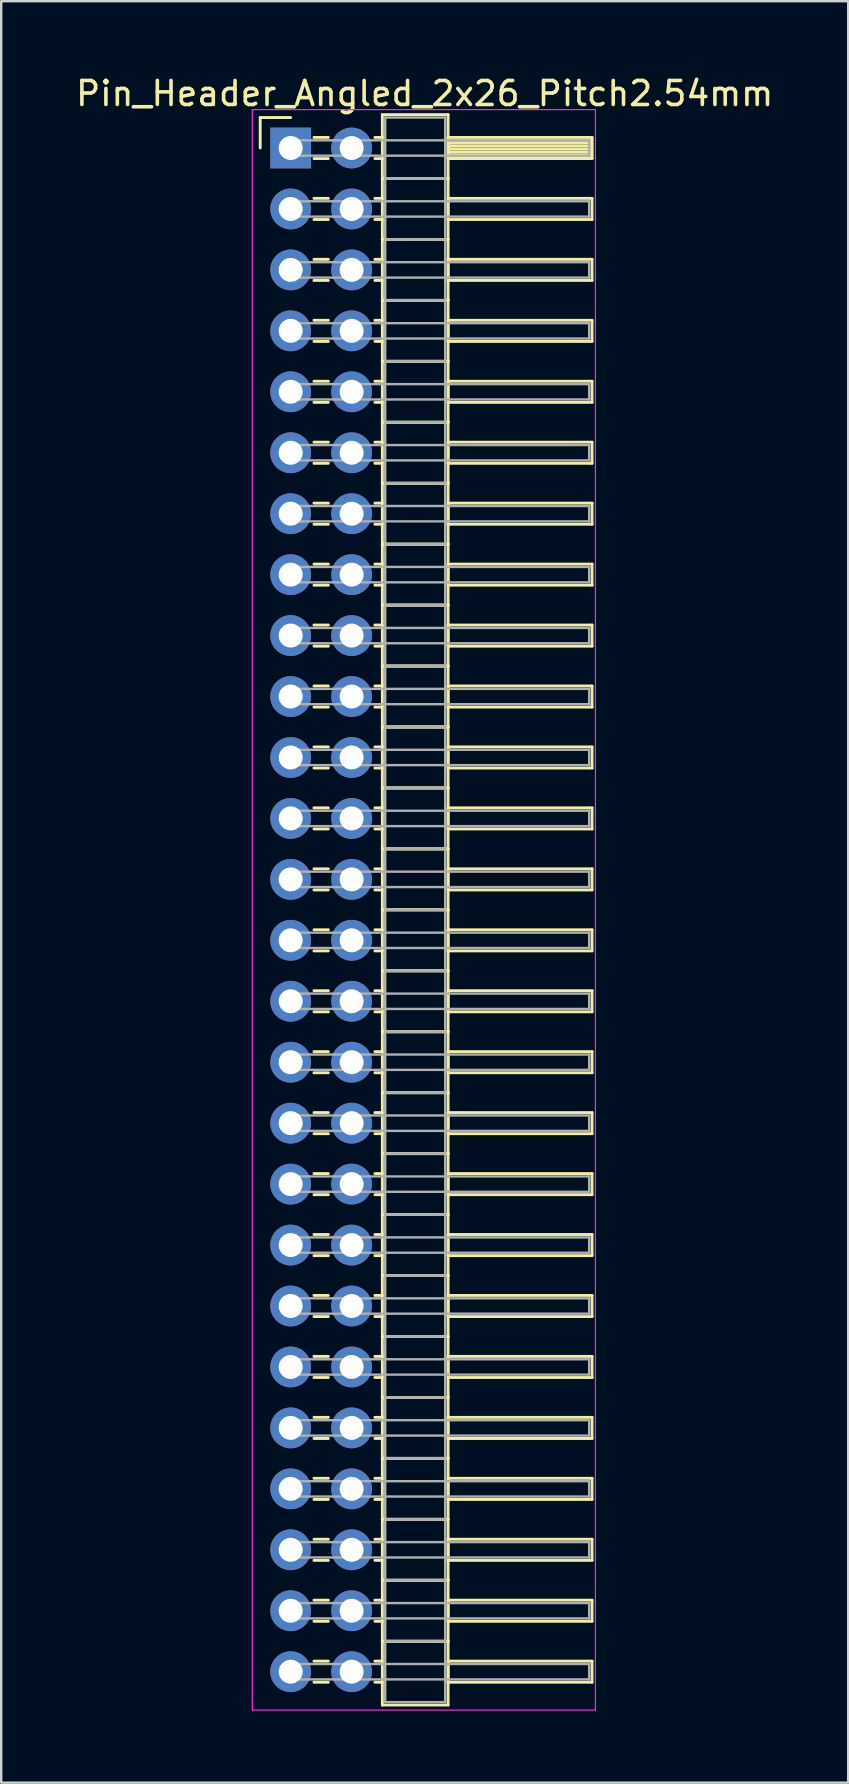
<source format=kicad_pcb>
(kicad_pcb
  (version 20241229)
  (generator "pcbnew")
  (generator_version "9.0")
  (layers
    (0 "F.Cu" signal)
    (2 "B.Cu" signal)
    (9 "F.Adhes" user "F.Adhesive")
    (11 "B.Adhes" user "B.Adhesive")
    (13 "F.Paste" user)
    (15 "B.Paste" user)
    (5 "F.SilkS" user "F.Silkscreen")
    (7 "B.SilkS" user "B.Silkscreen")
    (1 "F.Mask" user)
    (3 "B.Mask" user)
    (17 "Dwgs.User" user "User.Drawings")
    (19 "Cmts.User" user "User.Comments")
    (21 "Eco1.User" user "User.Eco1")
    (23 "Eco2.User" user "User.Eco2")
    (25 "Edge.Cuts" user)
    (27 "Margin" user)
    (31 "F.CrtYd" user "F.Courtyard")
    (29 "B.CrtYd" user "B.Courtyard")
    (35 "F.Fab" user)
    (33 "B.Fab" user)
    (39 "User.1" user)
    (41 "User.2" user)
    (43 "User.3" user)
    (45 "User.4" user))
  (footprint "Pin_Header_Angled_2x26_Pitch2.54mm"
    (layer "F.Cu")
    (at 9.064 3.118)
    (property "Reference" "Pin_Header_Angled_2x26_Pitch2.54mm" (at 5.585 -2.27 0) (layer "F.SilkS") (effects (font (size 1 1) (thickness 0.15))))
    (attr through_hole)
    (fp_line (start -1.27 -1.27) (end 0 -1.27) (stroke (width 0.12) (type solid)) (layer "F.SilkS"))
    (fp_line (start -1.27 0) (end -1.27 -1.27) (stroke (width 0.12) (type solid)) (layer "F.SilkS"))
    (fp_line (start 0.97 -0.44) (end 1.57 -0.44) (stroke (width 0.12) (type solid)) (layer "F.SilkS"))
    (fp_line (start 0.97 0.44) (end 1.57 0.44) (stroke (width 0.12) (type solid)) (layer "F.SilkS"))
    (fp_line (start 0.97 2.1) (end 1.57 2.1) (stroke (width 0.12) (type solid)) (layer "F.SilkS"))
    (fp_line (start 0.97 2.98) (end 1.57 2.98) (stroke (width 0.12) (type solid)) (layer "F.SilkS"))
    (fp_line (start 0.97 4.64) (end 1.57 4.64) (stroke (width 0.12) (type solid)) (layer "F.SilkS"))
    (fp_line (start 0.97 5.52) (end 1.57 5.52) (stroke (width 0.12) (type solid)) (layer "F.SilkS"))
    (fp_line (start 0.97 7.18) (end 1.57 7.18) (stroke (width 0.12) (type solid)) (layer "F.SilkS"))
    (fp_line (start 0.97 8.06) (end 1.57 8.06) (stroke (width 0.12) (type solid)) (layer "F.SilkS"))
    (fp_line (start 0.97 9.72) (end 1.57 9.72) (stroke (width 0.12) (type solid)) (layer "F.SilkS"))
    (fp_line (start 0.97 10.6) (end 1.57 10.6) (stroke (width 0.12) (type solid)) (layer "F.SilkS"))
    (fp_line (start 0.97 12.26) (end 1.57 12.26) (stroke (width 0.12) (type solid)) (layer "F.SilkS"))
    (fp_line (start 0.97 13.14) (end 1.57 13.14) (stroke (width 0.12) (type solid)) (layer "F.SilkS"))
    (fp_line (start 0.97 14.8) (end 1.57 14.8) (stroke (width 0.12) (type solid)) (layer "F.SilkS"))
    (fp_line (start 0.97 15.68) (end 1.57 15.68) (stroke (width 0.12) (type solid)) (layer "F.SilkS"))
    (fp_line (start 0.97 17.34) (end 1.57 17.34) (stroke (width 0.12) (type solid)) (layer "F.SilkS"))
    (fp_line (start 0.97 18.22) (end 1.57 18.22) (stroke (width 0.12) (type solid)) (layer "F.SilkS"))
    (fp_line (start 0.97 19.88) (end 1.57 19.88) (stroke (width 0.12) (type solid)) (layer "F.SilkS"))
    (fp_line (start 0.97 20.76) (end 1.57 20.76) (stroke (width 0.12) (type solid)) (layer "F.SilkS"))
    (fp_line (start 0.97 22.42) (end 1.57 22.42) (stroke (width 0.12) (type solid)) (layer "F.SilkS"))
    (fp_line (start 0.97 23.3) (end 1.57 23.3) (stroke (width 0.12) (type solid)) (layer "F.SilkS"))
    (fp_line (start 0.97 24.96) (end 1.57 24.96) (stroke (width 0.12) (type solid)) (layer "F.SilkS"))
    (fp_line (start 0.97 25.84) (end 1.57 25.84) (stroke (width 0.12) (type solid)) (layer "F.SilkS"))
    (fp_line (start 0.97 27.5) (end 1.57 27.5) (stroke (width 0.12) (type solid)) (layer "F.SilkS"))
    (fp_line (start 0.97 28.38) (end 1.57 28.38) (stroke (width 0.12) (type solid)) (layer "F.SilkS"))
    (fp_line (start 0.97 30.04) (end 1.57 30.04) (stroke (width 0.12) (type solid)) (layer "F.SilkS"))
    (fp_line (start 0.97 30.92) (end 1.57 30.92) (stroke (width 0.12) (type solid)) (layer "F.SilkS"))
    (fp_line (start 0.97 32.58) (end 1.57 32.58) (stroke (width 0.12) (type solid)) (layer "F.SilkS"))
    (fp_line (start 0.97 33.46) (end 1.57 33.46) (stroke (width 0.12) (type solid)) (layer "F.SilkS"))
    (fp_line (start 0.97 35.12) (end 1.57 35.12) (stroke (width 0.12) (type solid)) (layer "F.SilkS"))
    (fp_line (start 0.97 36) (end 1.57 36) (stroke (width 0.12) (type solid)) (layer "F.SilkS"))
    (fp_line (start 0.97 37.66) (end 1.57 37.66) (stroke (width 0.12) (type solid)) (layer "F.SilkS"))
    (fp_line (start 0.97 38.54) (end 1.57 38.54) (stroke (width 0.12) (type solid)) (layer "F.SilkS"))
    (fp_line (start 0.97 40.2) (end 1.57 40.2) (stroke (width 0.12) (type solid)) (layer "F.SilkS"))
    (fp_line (start 0.97 41.08) (end 1.57 41.08) (stroke (width 0.12) (type solid)) (layer "F.SilkS"))
    (fp_line (start 0.97 42.74) (end 1.57 42.74) (stroke (width 0.12) (type solid)) (layer "F.SilkS"))
    (fp_line (start 0.97 43.62) (end 1.57 43.62) (stroke (width 0.12) (type solid)) (layer "F.SilkS"))
    (fp_line (start 0.97 45.28) (end 1.57 45.28) (stroke (width 0.12) (type solid)) (layer "F.SilkS"))
    (fp_line (start 0.97 46.16) (end 1.57 46.16) (stroke (width 0.12) (type solid)) (layer "F.SilkS"))
    (fp_line (start 0.97 47.82) (end 1.57 47.82) (stroke (width 0.12) (type solid)) (layer "F.SilkS"))
    (fp_line (start 0.97 48.7) (end 1.57 48.7) (stroke (width 0.12) (type solid)) (layer "F.SilkS"))
    (fp_line (start 0.97 50.36) (end 1.57 50.36) (stroke (width 0.12) (type solid)) (layer "F.SilkS"))
    (fp_line (start 0.97 51.24) (end 1.57 51.24) (stroke (width 0.12) (type solid)) (layer "F.SilkS"))
    (fp_line (start 0.97 52.9) (end 1.57 52.9) (stroke (width 0.12) (type solid)) (layer "F.SilkS"))
    (fp_line (start 0.97 53.78) (end 1.57 53.78) (stroke (width 0.12) (type solid)) (layer "F.SilkS"))
    (fp_line (start 0.97 55.44) (end 1.57 55.44) (stroke (width 0.12) (type solid)) (layer "F.SilkS"))
    (fp_line (start 0.97 56.32) (end 1.57 56.32) (stroke (width 0.12) (type solid)) (layer "F.SilkS"))
    (fp_line (start 0.97 57.98) (end 1.57 57.98) (stroke (width 0.12) (type solid)) (layer "F.SilkS"))
    (fp_line (start 0.97 58.86) (end 1.57 58.86) (stroke (width 0.12) (type solid)) (layer "F.SilkS"))
    (fp_line (start 0.97 60.52) (end 1.57 60.52) (stroke (width 0.12) (type solid)) (layer "F.SilkS"))
    (fp_line (start 0.97 61.4) (end 1.57 61.4) (stroke (width 0.12) (type solid)) (layer "F.SilkS"))
    (fp_line (start 0.97 63.06) (end 1.57 63.06) (stroke (width 0.12) (type solid)) (layer "F.SilkS"))
    (fp_line (start 0.97 63.94) (end 1.57 63.94) (stroke (width 0.12) (type solid)) (layer "F.SilkS"))
    (fp_line (start 3.51 -0.44) (end 3.82 -0.44) (stroke (width 0.12) (type solid)) (layer "F.SilkS"))
    (fp_line (start 3.51 0.44) (end 3.82 0.44) (stroke (width 0.12) (type solid)) (layer "F.SilkS"))
    (fp_line (start 3.51 2.1) (end 3.82 2.1) (stroke (width 0.12) (type solid)) (layer "F.SilkS"))
    (fp_line (start 3.51 2.98) (end 3.82 2.98) (stroke (width 0.12) (type solid)) (layer "F.SilkS"))
    (fp_line (start 3.51 4.64) (end 3.82 4.64) (stroke (width 0.12) (type solid)) (layer "F.SilkS"))
    (fp_line (start 3.51 5.52) (end 3.82 5.52) (stroke (width 0.12) (type solid)) (layer "F.SilkS"))
    (fp_line (start 3.51 7.18) (end 3.82 7.18) (stroke (width 0.12) (type solid)) (layer "F.SilkS"))
    (fp_line (start 3.51 8.06) (end 3.82 8.06) (stroke (width 0.12) (type solid)) (layer "F.SilkS"))
    (fp_line (start 3.51 9.72) (end 3.82 9.72) (stroke (width 0.12) (type solid)) (layer "F.SilkS"))
    (fp_line (start 3.51 10.6) (end 3.82 10.6) (stroke (width 0.12) (type solid)) (layer "F.SilkS"))
    (fp_line (start 3.51 12.26) (end 3.82 12.26) (stroke (width 0.12) (type solid)) (layer "F.SilkS"))
    (fp_line (start 3.51 13.14) (end 3.82 13.14) (stroke (width 0.12) (type solid)) (layer "F.SilkS"))
    (fp_line (start 3.51 14.8) (end 3.82 14.8) (stroke (width 0.12) (type solid)) (layer "F.SilkS"))
    (fp_line (start 3.51 15.68) (end 3.82 15.68) (stroke (width 0.12) (type solid)) (layer "F.SilkS"))
    (fp_line (start 3.51 17.34) (end 3.82 17.34) (stroke (width 0.12) (type solid)) (layer "F.SilkS"))
    (fp_line (start 3.51 18.22) (end 3.82 18.22) (stroke (width 0.12) (type solid)) (layer "F.SilkS"))
    (fp_line (start 3.51 19.88) (end 3.82 19.88) (stroke (width 0.12) (type solid)) (layer "F.SilkS"))
    (fp_line (start 3.51 20.76) (end 3.82 20.76) (stroke (width 0.12) (type solid)) (layer "F.SilkS"))
    (fp_line (start 3.51 22.42) (end 3.82 22.42) (stroke (width 0.12) (type solid)) (layer "F.SilkS"))
    (fp_line (start 3.51 23.3) (end 3.82 23.3) (stroke (width 0.12) (type solid)) (layer "F.SilkS"))
    (fp_line (start 3.51 24.96) (end 3.82 24.96) (stroke (width 0.12) (type solid)) (layer "F.SilkS"))
    (fp_line (start 3.51 25.84) (end 3.82 25.84) (stroke (width 0.12) (type solid)) (layer "F.SilkS"))
    (fp_line (start 3.51 27.5) (end 3.82 27.5) (stroke (width 0.12) (type solid)) (layer "F.SilkS"))
    (fp_line (start 3.51 28.38) (end 3.82 28.38) (stroke (width 0.12) (type solid)) (layer "F.SilkS"))
    (fp_line (start 3.51 30.04) (end 3.82 30.04) (stroke (width 0.12) (type solid)) (layer "F.SilkS"))
    (fp_line (start 3.51 30.92) (end 3.82 30.92) (stroke (width 0.12) (type solid)) (layer "F.SilkS"))
    (fp_line (start 3.51 32.58) (end 3.82 32.58) (stroke (width 0.12) (type solid)) (layer "F.SilkS"))
    (fp_line (start 3.51 33.46) (end 3.82 33.46) (stroke (width 0.12) (type solid)) (layer "F.SilkS"))
    (fp_line (start 3.51 35.12) (end 3.82 35.12) (stroke (width 0.12) (type solid)) (layer "F.SilkS"))
    (fp_line (start 3.51 36) (end 3.82 36) (stroke (width 0.12) (type solid)) (layer "F.SilkS"))
    (fp_line (start 3.51 37.66) (end 3.82 37.66) (stroke (width 0.12) (type solid)) (layer "F.SilkS"))
    (fp_line (start 3.51 38.54) (end 3.82 38.54) (stroke (width 0.12) (type solid)) (layer "F.SilkS"))
    (fp_line (start 3.51 40.2) (end 3.82 40.2) (stroke (width 0.12) (type solid)) (layer "F.SilkS"))
    (fp_line (start 3.51 41.08) (end 3.82 41.08) (stroke (width 0.12) (type solid)) (layer "F.SilkS"))
    (fp_line (start 3.51 42.74) (end 3.82 42.74) (stroke (width 0.12) (type solid)) (layer "F.SilkS"))
    (fp_line (start 3.51 43.62) (end 3.82 43.62) (stroke (width 0.12) (type solid)) (layer "F.SilkS"))
    (fp_line (start 3.51 45.28) (end 3.82 45.28) (stroke (width 0.12) (type solid)) (layer "F.SilkS"))
    (fp_line (start 3.51 46.16) (end 3.82 46.16) (stroke (width 0.12) (type solid)) (layer "F.SilkS"))
    (fp_line (start 3.51 47.82) (end 3.82 47.82) (stroke (width 0.12) (type solid)) (layer "F.SilkS"))
    (fp_line (start 3.51 48.7) (end 3.82 48.7) (stroke (width 0.12) (type solid)) (layer "F.SilkS"))
    (fp_line (start 3.51 50.36) (end 3.82 50.36) (stroke (width 0.12) (type solid)) (layer "F.SilkS"))
    (fp_line (start 3.51 51.24) (end 3.82 51.24) (stroke (width 0.12) (type solid)) (layer "F.SilkS"))
    (fp_line (start 3.51 52.9) (end 3.82 52.9) (stroke (width 0.12) (type solid)) (layer "F.SilkS"))
    (fp_line (start 3.51 53.78) (end 3.82 53.78) (stroke (width 0.12) (type solid)) (layer "F.SilkS"))
    (fp_line (start 3.51 55.44) (end 3.82 55.44) (stroke (width 0.12) (type solid)) (layer "F.SilkS"))
    (fp_line (start 3.51 56.32) (end 3.82 56.32) (stroke (width 0.12) (type solid)) (layer "F.SilkS"))
    (fp_line (start 3.51 57.98) (end 3.82 57.98) (stroke (width 0.12) (type solid)) (layer "F.SilkS"))
    (fp_line (start 3.51 58.86) (end 3.82 58.86) (stroke (width 0.12) (type solid)) (layer "F.SilkS"))
    (fp_line (start 3.51 60.52) (end 3.82 60.52) (stroke (width 0.12) (type solid)) (layer "F.SilkS"))
    (fp_line (start 3.51 61.4) (end 3.82 61.4) (stroke (width 0.12) (type solid)) (layer "F.SilkS"))
    (fp_line (start 3.51 63.06) (end 3.82 63.06) (stroke (width 0.12) (type solid)) (layer "F.SilkS"))
    (fp_line (start 3.51 63.94) (end 3.82 63.94) (stroke (width 0.12) (type solid)) (layer "F.SilkS"))
    (fp_line (start 3.82 -1.39) (end 3.82 1.27) (stroke (width 0.12) (type solid)) (layer "F.SilkS"))
    (fp_line (start 3.82 1.27) (end 3.82 3.81) (stroke (width 0.12) (type solid)) (layer "F.SilkS"))
    (fp_line (start 3.82 1.27) (end 6.56 1.27) (stroke (width 0.12) (type solid)) (layer "F.SilkS"))
    (fp_line (start 3.82 3.81) (end 3.82 6.35) (stroke (width 0.12) (type solid)) (layer "F.SilkS"))
    (fp_line (start 3.82 3.81) (end 6.56 3.81) (stroke (width 0.12) (type solid)) (layer "F.SilkS"))
    (fp_line (start 3.82 6.35) (end 3.82 8.89) (stroke (width 0.12) (type solid)) (layer "F.SilkS"))
    (fp_line (start 3.82 6.35) (end 6.56 6.35) (stroke (width 0.12) (type solid)) (layer "F.SilkS"))
    (fp_line (start 3.82 8.89) (end 3.82 11.43) (stroke (width 0.12) (type solid)) (layer "F.SilkS"))
    (fp_line (start 3.82 8.89) (end 6.56 8.89) (stroke (width 0.12) (type solid)) (layer "F.SilkS"))
    (fp_line (start 3.82 11.43) (end 3.82 13.97) (stroke (width 0.12) (type solid)) (layer "F.SilkS"))
    (fp_line (start 3.82 11.43) (end 6.56 11.43) (stroke (width 0.12) (type solid)) (layer "F.SilkS"))
    (fp_line (start 3.82 13.97) (end 3.82 16.51) (stroke (width 0.12) (type solid)) (layer "F.SilkS"))
    (fp_line (start 3.82 13.97) (end 6.56 13.97) (stroke (width 0.12) (type solid)) (layer "F.SilkS"))
    (fp_line (start 3.82 16.51) (end 3.82 19.05) (stroke (width 0.12) (type solid)) (layer "F.SilkS"))
    (fp_line (start 3.82 16.51) (end 6.56 16.51) (stroke (width 0.12) (type solid)) (layer "F.SilkS"))
    (fp_line (start 3.82 19.05) (end 3.82 21.59) (stroke (width 0.12) (type solid)) (layer "F.SilkS"))
    (fp_line (start 3.82 19.05) (end 6.56 19.05) (stroke (width 0.12) (type solid)) (layer "F.SilkS"))
    (fp_line (start 3.82 21.59) (end 3.82 24.13) (stroke (width 0.12) (type solid)) (layer "F.SilkS"))
    (fp_line (start 3.82 21.59) (end 6.56 21.59) (stroke (width 0.12) (type solid)) (layer "F.SilkS"))
    (fp_line (start 3.82 24.13) (end 3.82 26.67) (stroke (width 0.12) (type solid)) (layer "F.SilkS"))
    (fp_line (start 3.82 24.13) (end 6.56 24.13) (stroke (width 0.12) (type solid)) (layer "F.SilkS"))
    (fp_line (start 3.82 26.67) (end 3.82 29.21) (stroke (width 0.12) (type solid)) (layer "F.SilkS"))
    (fp_line (start 3.82 26.67) (end 6.56 26.67) (stroke (width 0.12) (type solid)) (layer "F.SilkS"))
    (fp_line (start 3.82 29.21) (end 3.82 31.75) (stroke (width 0.12) (type solid)) (layer "F.SilkS"))
    (fp_line (start 3.82 29.21) (end 6.56 29.21) (stroke (width 0.12) (type solid)) (layer "F.SilkS"))
    (fp_line (start 3.82 31.75) (end 3.82 34.29) (stroke (width 0.12) (type solid)) (layer "F.SilkS"))
    (fp_line (start 3.82 31.75) (end 6.56 31.75) (stroke (width 0.12) (type solid)) (layer "F.SilkS"))
    (fp_line (start 3.82 34.29) (end 3.82 36.83) (stroke (width 0.12) (type solid)) (layer "F.SilkS"))
    (fp_line (start 3.82 34.29) (end 6.56 34.29) (stroke (width 0.12) (type solid)) (layer "F.SilkS"))
    (fp_line (start 3.82 36.83) (end 3.82 39.37) (stroke (width 0.12) (type solid)) (layer "F.SilkS"))
    (fp_line (start 3.82 36.83) (end 6.56 36.83) (stroke (width 0.12) (type solid)) (layer "F.SilkS"))
    (fp_line (start 3.82 39.37) (end 3.82 41.91) (stroke (width 0.12) (type solid)) (layer "F.SilkS"))
    (fp_line (start 3.82 39.37) (end 6.56 39.37) (stroke (width 0.12) (type solid)) (layer "F.SilkS"))
    (fp_line (start 3.82 41.91) (end 3.82 44.45) (stroke (width 0.12) (type solid)) (layer "F.SilkS"))
    (fp_line (start 3.82 41.91) (end 6.56 41.91) (stroke (width 0.12) (type solid)) (layer "F.SilkS"))
    (fp_line (start 3.82 44.45) (end 3.82 46.99) (stroke (width 0.12) (type solid)) (layer "F.SilkS"))
    (fp_line (start 3.82 44.45) (end 6.56 44.45) (stroke (width 0.12) (type solid)) (layer "F.SilkS"))
    (fp_line (start 3.82 46.99) (end 3.82 49.53) (stroke (width 0.12) (type solid)) (layer "F.SilkS"))
    (fp_line (start 3.82 46.99) (end 6.56 46.99) (stroke (width 0.12) (type solid)) (layer "F.SilkS"))
    (fp_line (start 3.82 49.53) (end 3.82 52.07) (stroke (width 0.12) (type solid)) (layer "F.SilkS"))
    (fp_line (start 3.82 49.53) (end 6.56 49.53) (stroke (width 0.12) (type solid)) (layer "F.SilkS"))
    (fp_line (start 3.82 52.07) (end 3.82 54.61) (stroke (width 0.12) (type solid)) (layer "F.SilkS"))
    (fp_line (start 3.82 52.07) (end 6.56 52.07) (stroke (width 0.12) (type solid)) (layer "F.SilkS"))
    (fp_line (start 3.82 54.61) (end 3.82 57.15) (stroke (width 0.12) (type solid)) (layer "F.SilkS"))
    (fp_line (start 3.82 54.61) (end 6.56 54.61) (stroke (width 0.12) (type solid)) (layer "F.SilkS"))
    (fp_line (start 3.82 57.15) (end 3.82 59.69) (stroke (width 0.12) (type solid)) (layer "F.SilkS"))
    (fp_line (start 3.82 57.15) (end 6.56 57.15) (stroke (width 0.12) (type solid)) (layer "F.SilkS"))
    (fp_line (start 3.82 59.69) (end 3.82 62.23) (stroke (width 0.12) (type solid)) (layer "F.SilkS"))
    (fp_line (start 3.82 59.69) (end 6.56 59.69) (stroke (width 0.12) (type solid)) (layer "F.SilkS"))
    (fp_line (start 3.82 62.23) (end 3.82 64.89) (stroke (width 0.12) (type solid)) (layer "F.SilkS"))
    (fp_line (start 3.82 62.23) (end 6.56 62.23) (stroke (width 0.12) (type solid)) (layer "F.SilkS"))
    (fp_line (start 3.82 64.89) (end 6.56 64.89) (stroke (width 0.12) (type solid)) (layer "F.SilkS"))
    (fp_line (start 6.56 -1.39) (end 3.82 -1.39) (stroke (width 0.12) (type solid)) (layer "F.SilkS"))
    (fp_line (start 6.56 -0.44) (end 6.56 0.44) (stroke (width 0.12) (type solid)) (layer "F.SilkS"))
    (fp_line (start 6.56 -0.32) (end 12.56 -0.32) (stroke (width 0.12) (type solid)) (layer "F.SilkS"))
    (fp_line (start 6.56 -0.2) (end 12.56 -0.2) (stroke (width 0.12) (type solid)) (layer "F.SilkS"))
    (fp_line (start 6.56 -0.08) (end 12.56 -0.08) (stroke (width 0.12) (type solid)) (layer "F.SilkS"))
    (fp_line (start 6.56 0.04) (end 12.56 0.04) (stroke (width 0.12) (type solid)) (layer "F.SilkS"))
    (fp_line (start 6.56 0.16) (end 12.56 0.16) (stroke (width 0.12) (type solid)) (layer "F.SilkS"))
    (fp_line (start 6.56 0.28) (end 12.56 0.28) (stroke (width 0.12) (type solid)) (layer "F.SilkS"))
    (fp_line (start 6.56 0.4) (end 12.56 0.4) (stroke (width 0.12) (type solid)) (layer "F.SilkS"))
    (fp_line (start 6.56 0.44) (end 12.56 0.44) (stroke (width 0.12) (type solid)) (layer "F.SilkS"))
    (fp_line (start 6.56 1.27) (end 3.82 1.27) (stroke (width 0.12) (type solid)) (layer "F.SilkS"))
    (fp_line (start 6.56 1.27) (end 6.56 -1.39) (stroke (width 0.12) (type solid)) (layer "F.SilkS"))
    (fp_line (start 6.56 2.1) (end 6.56 2.98) (stroke (width 0.12) (type solid)) (layer "F.SilkS"))
    (fp_line (start 6.56 2.98) (end 12.56 2.98) (stroke (width 0.12) (type solid)) (layer "F.SilkS"))
    (fp_line (start 6.56 3.81) (end 3.82 3.81) (stroke (width 0.12) (type solid)) (layer "F.SilkS"))
    (fp_line (start 6.56 3.81) (end 6.56 1.27) (stroke (width 0.12) (type solid)) (layer "F.SilkS"))
    (fp_line (start 6.56 4.64) (end 6.56 5.52) (stroke (width 0.12) (type solid)) (layer "F.SilkS"))
    (fp_line (start 6.56 5.52) (end 12.56 5.52) (stroke (width 0.12) (type solid)) (layer "F.SilkS"))
    (fp_line (start 6.56 6.35) (end 3.82 6.35) (stroke (width 0.12) (type solid)) (layer "F.SilkS"))
    (fp_line (start 6.56 6.35) (end 6.56 3.81) (stroke (width 0.12) (type solid)) (layer "F.SilkS"))
    (fp_line (start 6.56 7.18) (end 6.56 8.06) (stroke (width 0.12) (type solid)) (layer "F.SilkS"))
    (fp_line (start 6.56 8.06) (end 12.56 8.06) (stroke (width 0.12) (type solid)) (layer "F.SilkS"))
    (fp_line (start 6.56 8.89) (end 3.82 8.89) (stroke (width 0.12) (type solid)) (layer "F.SilkS"))
    (fp_line (start 6.56 8.89) (end 6.56 6.35) (stroke (width 0.12) (type solid)) (layer "F.SilkS"))
    (fp_line (start 6.56 9.72) (end 6.56 10.6) (stroke (width 0.12) (type solid)) (layer "F.SilkS"))
    (fp_line (start 6.56 10.6) (end 12.56 10.6) (stroke (width 0.12) (type solid)) (layer "F.SilkS"))
    (fp_line (start 6.56 11.43) (end 3.82 11.43) (stroke (width 0.12) (type solid)) (layer "F.SilkS"))
    (fp_line (start 6.56 11.43) (end 6.56 8.89) (stroke (width 0.12) (type solid)) (layer "F.SilkS"))
    (fp_line (start 6.56 12.26) (end 6.56 13.14) (stroke (width 0.12) (type solid)) (layer "F.SilkS"))
    (fp_line (start 6.56 13.14) (end 12.56 13.14) (stroke (width 0.12) (type solid)) (layer "F.SilkS"))
    (fp_line (start 6.56 13.97) (end 3.82 13.97) (stroke (width 0.12) (type solid)) (layer "F.SilkS"))
    (fp_line (start 6.56 13.97) (end 6.56 11.43) (stroke (width 0.12) (type solid)) (layer "F.SilkS"))
    (fp_line (start 6.56 14.8) (end 6.56 15.68) (stroke (width 0.12) (type solid)) (layer "F.SilkS"))
    (fp_line (start 6.56 15.68) (end 12.56 15.68) (stroke (width 0.12) (type solid)) (layer "F.SilkS"))
    (fp_line (start 6.56 16.51) (end 3.82 16.51) (stroke (width 0.12) (type solid)) (layer "F.SilkS"))
    (fp_line (start 6.56 16.51) (end 6.56 13.97) (stroke (width 0.12) (type solid)) (layer "F.SilkS"))
    (fp_line (start 6.56 17.34) (end 6.56 18.22) (stroke (width 0.12) (type solid)) (layer "F.SilkS"))
    (fp_line (start 6.56 18.22) (end 12.56 18.22) (stroke (width 0.12) (type solid)) (layer "F.SilkS"))
    (fp_line (start 6.56 19.05) (end 3.82 19.05) (stroke (width 0.12) (type solid)) (layer "F.SilkS"))
    (fp_line (start 6.56 19.05) (end 6.56 16.51) (stroke (width 0.12) (type solid)) (layer "F.SilkS"))
    (fp_line (start 6.56 19.88) (end 6.56 20.76) (stroke (width 0.12) (type solid)) (layer "F.SilkS"))
    (fp_line (start 6.56 20.76) (end 12.56 20.76) (stroke (width 0.12) (type solid)) (layer "F.SilkS"))
    (fp_line (start 6.56 21.59) (end 3.82 21.59) (stroke (width 0.12) (type solid)) (layer "F.SilkS"))
    (fp_line (start 6.56 21.59) (end 6.56 19.05) (stroke (width 0.12) (type solid)) (layer "F.SilkS"))
    (fp_line (start 6.56 22.42) (end 6.56 23.3) (stroke (width 0.12) (type solid)) (layer "F.SilkS"))
    (fp_line (start 6.56 23.3) (end 12.56 23.3) (stroke (width 0.12) (type solid)) (layer "F.SilkS"))
    (fp_line (start 6.56 24.13) (end 3.82 24.13) (stroke (width 0.12) (type solid)) (layer "F.SilkS"))
    (fp_line (start 6.56 24.13) (end 6.56 21.59) (stroke (width 0.12) (type solid)) (layer "F.SilkS"))
    (fp_line (start 6.56 24.96) (end 6.56 25.84) (stroke (width 0.12) (type solid)) (layer "F.SilkS"))
    (fp_line (start 6.56 25.84) (end 12.56 25.84) (stroke (width 0.12) (type solid)) (layer "F.SilkS"))
    (fp_line (start 6.56 26.67) (end 3.82 26.67) (stroke (width 0.12) (type solid)) (layer "F.SilkS"))
    (fp_line (start 6.56 26.67) (end 6.56 24.13) (stroke (width 0.12) (type solid)) (layer "F.SilkS"))
    (fp_line (start 6.56 27.5) (end 6.56 28.38) (stroke (width 0.12) (type solid)) (layer "F.SilkS"))
    (fp_line (start 6.56 28.38) (end 12.56 28.38) (stroke (width 0.12) (type solid)) (layer "F.SilkS"))
    (fp_line (start 6.56 29.21) (end 3.82 29.21) (stroke (width 0.12) (type solid)) (layer "F.SilkS"))
    (fp_line (start 6.56 29.21) (end 6.56 26.67) (stroke (width 0.12) (type solid)) (layer "F.SilkS"))
    (fp_line (start 6.56 30.04) (end 6.56 30.92) (stroke (width 0.12) (type solid)) (layer "F.SilkS"))
    (fp_line (start 6.56 30.92) (end 12.56 30.92) (stroke (width 0.12) (type solid)) (layer "F.SilkS"))
    (fp_line (start 6.56 31.75) (end 3.82 31.75) (stroke (width 0.12) (type solid)) (layer "F.SilkS"))
    (fp_line (start 6.56 31.75) (end 6.56 29.21) (stroke (width 0.12) (type solid)) (layer "F.SilkS"))
    (fp_line (start 6.56 32.58) (end 6.56 33.46) (stroke (width 0.12) (type solid)) (layer "F.SilkS"))
    (fp_line (start 6.56 33.46) (end 12.56 33.46) (stroke (width 0.12) (type solid)) (layer "F.SilkS"))
    (fp_line (start 6.56 34.29) (end 3.82 34.29) (stroke (width 0.12) (type solid)) (layer "F.SilkS"))
    (fp_line (start 6.56 34.29) (end 6.56 31.75) (stroke (width 0.12) (type solid)) (layer "F.SilkS"))
    (fp_line (start 6.56 35.12) (end 6.56 36) (stroke (width 0.12) (type solid)) (layer "F.SilkS"))
    (fp_line (start 6.56 36) (end 12.56 36) (stroke (width 0.12) (type solid)) (layer "F.SilkS"))
    (fp_line (start 6.56 36.83) (end 3.82 36.83) (stroke (width 0.12) (type solid)) (layer "F.SilkS"))
    (fp_line (start 6.56 36.83) (end 6.56 34.29) (stroke (width 0.12) (type solid)) (layer "F.SilkS"))
    (fp_line (start 6.56 37.66) (end 6.56 38.54) (stroke (width 0.12) (type solid)) (layer "F.SilkS"))
    (fp_line (start 6.56 38.54) (end 12.56 38.54) (stroke (width 0.12) (type solid)) (layer "F.SilkS"))
    (fp_line (start 6.56 39.37) (end 3.82 39.37) (stroke (width 0.12) (type solid)) (layer "F.SilkS"))
    (fp_line (start 6.56 39.37) (end 6.56 36.83) (stroke (width 0.12) (type solid)) (layer "F.SilkS"))
    (fp_line (start 6.56 40.2) (end 6.56 41.08) (stroke (width 0.12) (type solid)) (layer "F.SilkS"))
    (fp_line (start 6.56 41.08) (end 12.56 41.08) (stroke (width 0.12) (type solid)) (layer "F.SilkS"))
    (fp_line (start 6.56 41.91) (end 3.82 41.91) (stroke (width 0.12) (type solid)) (layer "F.SilkS"))
    (fp_line (start 6.56 41.91) (end 6.56 39.37) (stroke (width 0.12) (type solid)) (layer "F.SilkS"))
    (fp_line (start 6.56 42.74) (end 6.56 43.62) (stroke (width 0.12) (type solid)) (layer "F.SilkS"))
    (fp_line (start 6.56 43.62) (end 12.56 43.62) (stroke (width 0.12) (type solid)) (layer "F.SilkS"))
    (fp_line (start 6.56 44.45) (end 3.82 44.45) (stroke (width 0.12) (type solid)) (layer "F.SilkS"))
    (fp_line (start 6.56 44.45) (end 6.56 41.91) (stroke (width 0.12) (type solid)) (layer "F.SilkS"))
    (fp_line (start 6.56 45.28) (end 6.56 46.16) (stroke (width 0.12) (type solid)) (layer "F.SilkS"))
    (fp_line (start 6.56 46.16) (end 12.56 46.16) (stroke (width 0.12) (type solid)) (layer "F.SilkS"))
    (fp_line (start 6.56 46.99) (end 3.82 46.99) (stroke (width 0.12) (type solid)) (layer "F.SilkS"))
    (fp_line (start 6.56 46.99) (end 6.56 44.45) (stroke (width 0.12) (type solid)) (layer "F.SilkS"))
    (fp_line (start 6.56 47.82) (end 6.56 48.7) (stroke (width 0.12) (type solid)) (layer "F.SilkS"))
    (fp_line (start 6.56 48.7) (end 12.56 48.7) (stroke (width 0.12) (type solid)) (layer "F.SilkS"))
    (fp_line (start 6.56 49.53) (end 3.82 49.53) (stroke (width 0.12) (type solid)) (layer "F.SilkS"))
    (fp_line (start 6.56 49.53) (end 6.56 46.99) (stroke (width 0.12) (type solid)) (layer "F.SilkS"))
    (fp_line (start 6.56 50.36) (end 6.56 51.24) (stroke (width 0.12) (type solid)) (layer "F.SilkS"))
    (fp_line (start 6.56 51.24) (end 12.56 51.24) (stroke (width 0.12) (type solid)) (layer "F.SilkS"))
    (fp_line (start 6.56 52.07) (end 3.82 52.07) (stroke (width 0.12) (type solid)) (layer "F.SilkS"))
    (fp_line (start 6.56 52.07) (end 6.56 49.53) (stroke (width 0.12) (type solid)) (layer "F.SilkS"))
    (fp_line (start 6.56 52.9) (end 6.56 53.78) (stroke (width 0.12) (type solid)) (layer "F.SilkS"))
    (fp_line (start 6.56 53.78) (end 12.56 53.78) (stroke (width 0.12) (type solid)) (layer "F.SilkS"))
    (fp_line (start 6.56 54.61) (end 3.82 54.61) (stroke (width 0.12) (type solid)) (layer "F.SilkS"))
    (fp_line (start 6.56 54.61) (end 6.56 52.07) (stroke (width 0.12) (type solid)) (layer "F.SilkS"))
    (fp_line (start 6.56 55.44) (end 6.56 56.32) (stroke (width 0.12) (type solid)) (layer "F.SilkS"))
    (fp_line (start 6.56 56.32) (end 12.56 56.32) (stroke (width 0.12) (type solid)) (layer "F.SilkS"))
    (fp_line (start 6.56 57.15) (end 3.82 57.15) (stroke (width 0.12) (type solid)) (layer "F.SilkS"))
    (fp_line (start 6.56 57.15) (end 6.56 54.61) (stroke (width 0.12) (type solid)) (layer "F.SilkS"))
    (fp_line (start 6.56 57.98) (end 6.56 58.86) (stroke (width 0.12) (type solid)) (layer "F.SilkS"))
    (fp_line (start 6.56 58.86) (end 12.56 58.86) (stroke (width 0.12) (type solid)) (layer "F.SilkS"))
    (fp_line (start 6.56 59.69) (end 3.82 59.69) (stroke (width 0.12) (type solid)) (layer "F.SilkS"))
    (fp_line (start 6.56 59.69) (end 6.56 57.15) (stroke (width 0.12) (type solid)) (layer "F.SilkS"))
    (fp_line (start 6.56 60.52) (end 6.56 61.4) (stroke (width 0.12) (type solid)) (layer "F.SilkS"))
    (fp_line (start 6.56 61.4) (end 12.56 61.4) (stroke (width 0.12) (type solid)) (layer "F.SilkS"))
    (fp_line (start 6.56 62.23) (end 3.82 62.23) (stroke (width 0.12) (type solid)) (layer "F.SilkS"))
    (fp_line (start 6.56 62.23) (end 6.56 59.69) (stroke (width 0.12) (type solid)) (layer "F.SilkS"))
    (fp_line (start 6.56 63.06) (end 6.56 63.94) (stroke (width 0.12) (type solid)) (layer "F.SilkS"))
    (fp_line (start 6.56 63.94) (end 12.56 63.94) (stroke (width 0.12) (type solid)) (layer "F.SilkS"))
    (fp_line (start 6.56 64.89) (end 6.56 62.23) (stroke (width 0.12) (type solid)) (layer "F.SilkS"))
    (fp_line (start 12.56 -0.44) (end 6.56 -0.44) (stroke (width 0.12) (type solid)) (layer "F.SilkS"))
    (fp_line (start 12.56 0.44) (end 12.56 -0.44) (stroke (width 0.12) (type solid)) (layer "F.SilkS"))
    (fp_line (start 12.56 2.1) (end 6.56 2.1) (stroke (width 0.12) (type solid)) (layer "F.SilkS"))
    (fp_line (start 12.56 2.98) (end 12.56 2.1) (stroke (width 0.12) (type solid)) (layer "F.SilkS"))
    (fp_line (start 12.56 4.64) (end 6.56 4.64) (stroke (width 0.12) (type solid)) (layer "F.SilkS"))
    (fp_line (start 12.56 5.52) (end 12.56 4.64) (stroke (width 0.12) (type solid)) (layer "F.SilkS"))
    (fp_line (start 12.56 7.18) (end 6.56 7.18) (stroke (width 0.12) (type solid)) (layer "F.SilkS"))
    (fp_line (start 12.56 8.06) (end 12.56 7.18) (stroke (width 0.12) (type solid)) (layer "F.SilkS"))
    (fp_line (start 12.56 9.72) (end 6.56 9.72) (stroke (width 0.12) (type solid)) (layer "F.SilkS"))
    (fp_line (start 12.56 10.6) (end 12.56 9.72) (stroke (width 0.12) (type solid)) (layer "F.SilkS"))
    (fp_line (start 12.56 12.26) (end 6.56 12.26) (stroke (width 0.12) (type solid)) (layer "F.SilkS"))
    (fp_line (start 12.56 13.14) (end 12.56 12.26) (stroke (width 0.12) (type solid)) (layer "F.SilkS"))
    (fp_line (start 12.56 14.8) (end 6.56 14.8) (stroke (width 0.12) (type solid)) (layer "F.SilkS"))
    (fp_line (start 12.56 15.68) (end 12.56 14.8) (stroke (width 0.12) (type solid)) (layer "F.SilkS"))
    (fp_line (start 12.56 17.34) (end 6.56 17.34) (stroke (width 0.12) (type solid)) (layer "F.SilkS"))
    (fp_line (start 12.56 18.22) (end 12.56 17.34) (stroke (width 0.12) (type solid)) (layer "F.SilkS"))
    (fp_line (start 12.56 19.88) (end 6.56 19.88) (stroke (width 0.12) (type solid)) (layer "F.SilkS"))
    (fp_line (start 12.56 20.76) (end 12.56 19.88) (stroke (width 0.12) (type solid)) (layer "F.SilkS"))
    (fp_line (start 12.56 22.42) (end 6.56 22.42) (stroke (width 0.12) (type solid)) (layer "F.SilkS"))
    (fp_line (start 12.56 23.3) (end 12.56 22.42) (stroke (width 0.12) (type solid)) (layer "F.SilkS"))
    (fp_line (start 12.56 24.96) (end 6.56 24.96) (stroke (width 0.12) (type solid)) (layer "F.SilkS"))
    (fp_line (start 12.56 25.84) (end 12.56 24.96) (stroke (width 0.12) (type solid)) (layer "F.SilkS"))
    (fp_line (start 12.56 27.5) (end 6.56 27.5) (stroke (width 0.12) (type solid)) (layer "F.SilkS"))
    (fp_line (start 12.56 28.38) (end 12.56 27.5) (stroke (width 0.12) (type solid)) (layer "F.SilkS"))
    (fp_line (start 12.56 30.04) (end 6.56 30.04) (stroke (width 0.12) (type solid)) (layer "F.SilkS"))
    (fp_line (start 12.56 30.92) (end 12.56 30.04) (stroke (width 0.12) (type solid)) (layer "F.SilkS"))
    (fp_line (start 12.56 32.58) (end 6.56 32.58) (stroke (width 0.12) (type solid)) (layer "F.SilkS"))
    (fp_line (start 12.56 33.46) (end 12.56 32.58) (stroke (width 0.12) (type solid)) (layer "F.SilkS"))
    (fp_line (start 12.56 35.12) (end 6.56 35.12) (stroke (width 0.12) (type solid)) (layer "F.SilkS"))
    (fp_line (start 12.56 36) (end 12.56 35.12) (stroke (width 0.12) (type solid)) (layer "F.SilkS"))
    (fp_line (start 12.56 37.66) (end 6.56 37.66) (stroke (width 0.12) (type solid)) (layer "F.SilkS"))
    (fp_line (start 12.56 38.54) (end 12.56 37.66) (stroke (width 0.12) (type solid)) (layer "F.SilkS"))
    (fp_line (start 12.56 40.2) (end 6.56 40.2) (stroke (width 0.12) (type solid)) (layer "F.SilkS"))
    (fp_line (start 12.56 41.08) (end 12.56 40.2) (stroke (width 0.12) (type solid)) (layer "F.SilkS"))
    (fp_line (start 12.56 42.74) (end 6.56 42.74) (stroke (width 0.12) (type solid)) (layer "F.SilkS"))
    (fp_line (start 12.56 43.62) (end 12.56 42.74) (stroke (width 0.12) (type solid)) (layer "F.SilkS"))
    (fp_line (start 12.56 45.28) (end 6.56 45.28) (stroke (width 0.12) (type solid)) (layer "F.SilkS"))
    (fp_line (start 12.56 46.16) (end 12.56 45.28) (stroke (width 0.12) (type solid)) (layer "F.SilkS"))
    (fp_line (start 12.56 47.82) (end 6.56 47.82) (stroke (width 0.12) (type solid)) (layer "F.SilkS"))
    (fp_line (start 12.56 48.7) (end 12.56 47.82) (stroke (width 0.12) (type solid)) (layer "F.SilkS"))
    (fp_line (start 12.56 50.36) (end 6.56 50.36) (stroke (width 0.12) (type solid)) (layer "F.SilkS"))
    (fp_line (start 12.56 51.24) (end 12.56 50.36) (stroke (width 0.12) (type solid)) (layer "F.SilkS"))
    (fp_line (start 12.56 52.9) (end 6.56 52.9) (stroke (width 0.12) (type solid)) (layer "F.SilkS"))
    (fp_line (start 12.56 53.78) (end 12.56 52.9) (stroke (width 0.12) (type solid)) (layer "F.SilkS"))
    (fp_line (start 12.56 55.44) (end 6.56 55.44) (stroke (width 0.12) (type solid)) (layer "F.SilkS"))
    (fp_line (start 12.56 56.32) (end 12.56 55.44) (stroke (width 0.12) (type solid)) (layer "F.SilkS"))
    (fp_line (start 12.56 57.98) (end 6.56 57.98) (stroke (width 0.12) (type solid)) (layer "F.SilkS"))
    (fp_line (start 12.56 58.86) (end 12.56 57.98) (stroke (width 0.12) (type solid)) (layer "F.SilkS"))
    (fp_line (start 12.56 60.52) (end 6.56 60.52) (stroke (width 0.12) (type solid)) (layer "F.SilkS"))
    (fp_line (start 12.56 61.4) (end 12.56 60.52) (stroke (width 0.12) (type solid)) (layer "F.SilkS"))
    (fp_line (start 12.56 63.06) (end 6.56 63.06) (stroke (width 0.12) (type solid)) (layer "F.SilkS"))
    (fp_line (start 12.56 63.94) (end 12.56 63.06) (stroke (width 0.12) (type solid)) (layer "F.SilkS"))
    (fp_line (start -1.6 -1.6) (end -1.6 65.1) (stroke (width 0.05) (type solid)) (layer "F.CrtYd"))
    (fp_line (start -1.6 65.1) (end 12.7 65.1) (stroke (width 0.05) (type solid)) (layer "F.CrtYd"))
    (fp_line (start 12.7 -1.6) (end -1.6 -1.6) (stroke (width 0.05) (type solid)) (layer "F.CrtYd"))
    (fp_line (start 12.7 65.1) (end 12.7 -1.6) (stroke (width 0.05) (type solid)) (layer "F.CrtYd"))
    (fp_line (start 0 -0.32) (end 0 0.32) (stroke (width 0.1) (type solid)) (layer "F.Fab"))
    (fp_line (start 0 0.32) (end 12.44 0.32) (stroke (width 0.1) (type solid)) (layer "F.Fab"))
    (fp_line (start 0 2.22) (end 0 2.86) (stroke (width 0.1) (type solid)) (layer "F.Fab"))
    (fp_line (start 0 2.86) (end 12.44 2.86) (stroke (width 0.1) (type solid)) (layer "F.Fab"))
    (fp_line (start 0 4.76) (end 0 5.4) (stroke (width 0.1) (type solid)) (layer "F.Fab"))
    (fp_line (start 0 5.4) (end 12.44 5.4) (stroke (width 0.1) (type solid)) (layer "F.Fab"))
    (fp_line (start 0 7.3) (end 0 7.94) (stroke (width 0.1) (type solid)) (layer "F.Fab"))
    (fp_line (start 0 7.94) (end 12.44 7.94) (stroke (width 0.1) (type solid)) (layer "F.Fab"))
    (fp_line (start 0 9.84) (end 0 10.48) (stroke (width 0.1) (type solid)) (layer "F.Fab"))
    (fp_line (start 0 10.48) (end 12.44 10.48) (stroke (width 0.1) (type solid)) (layer "F.Fab"))
    (fp_line (start 0 12.38) (end 0 13.02) (stroke (width 0.1) (type solid)) (layer "F.Fab"))
    (fp_line (start 0 13.02) (end 12.44 13.02) (stroke (width 0.1) (type solid)) (layer "F.Fab"))
    (fp_line (start 0 14.92) (end 0 15.56) (stroke (width 0.1) (type solid)) (layer "F.Fab"))
    (fp_line (start 0 15.56) (end 12.44 15.56) (stroke (width 0.1) (type solid)) (layer "F.Fab"))
    (fp_line (start 0 17.46) (end 0 18.1) (stroke (width 0.1) (type solid)) (layer "F.Fab"))
    (fp_line (start 0 18.1) (end 12.44 18.1) (stroke (width 0.1) (type solid)) (layer "F.Fab"))
    (fp_line (start 0 20) (end 0 20.64) (stroke (width 0.1) (type solid)) (layer "F.Fab"))
    (fp_line (start 0 20.64) (end 12.44 20.64) (stroke (width 0.1) (type solid)) (layer "F.Fab"))
    (fp_line (start 0 22.54) (end 0 23.18) (stroke (width 0.1) (type solid)) (layer "F.Fab"))
    (fp_line (start 0 23.18) (end 12.44 23.18) (stroke (width 0.1) (type solid)) (layer "F.Fab"))
    (fp_line (start 0 25.08) (end 0 25.72) (stroke (width 0.1) (type solid)) (layer "F.Fab"))
    (fp_line (start 0 25.72) (end 12.44 25.72) (stroke (width 0.1) (type solid)) (layer "F.Fab"))
    (fp_line (start 0 27.62) (end 0 28.26) (stroke (width 0.1) (type solid)) (layer "F.Fab"))
    (fp_line (start 0 28.26) (end 12.44 28.26) (stroke (width 0.1) (type solid)) (layer "F.Fab"))
    (fp_line (start 0 30.16) (end 0 30.8) (stroke (width 0.1) (type solid)) (layer "F.Fab"))
    (fp_line (start 0 30.8) (end 12.44 30.8) (stroke (width 0.1) (type solid)) (layer "F.Fab"))
    (fp_line (start 0 32.7) (end 0 33.34) (stroke (width 0.1) (type solid)) (layer "F.Fab"))
    (fp_line (start 0 33.34) (end 12.44 33.34) (stroke (width 0.1) (type solid)) (layer "F.Fab"))
    (fp_line (start 0 35.24) (end 0 35.88) (stroke (width 0.1) (type solid)) (layer "F.Fab"))
    (fp_line (start 0 35.88) (end 12.44 35.88) (stroke (width 0.1) (type solid)) (layer "F.Fab"))
    (fp_line (start 0 37.78) (end 0 38.42) (stroke (width 0.1) (type solid)) (layer "F.Fab"))
    (fp_line (start 0 38.42) (end 12.44 38.42) (stroke (width 0.1) (type solid)) (layer "F.Fab"))
    (fp_line (start 0 40.32) (end 0 40.96) (stroke (width 0.1) (type solid)) (layer "F.Fab"))
    (fp_line (start 0 40.96) (end 12.44 40.96) (stroke (width 0.1) (type solid)) (layer "F.Fab"))
    (fp_line (start 0 42.86) (end 0 43.5) (stroke (width 0.1) (type solid)) (layer "F.Fab"))
    (fp_line (start 0 43.5) (end 12.44 43.5) (stroke (width 0.1) (type solid)) (layer "F.Fab"))
    (fp_line (start 0 45.4) (end 0 46.04) (stroke (width 0.1) (type solid)) (layer "F.Fab"))
    (fp_line (start 0 46.04) (end 12.44 46.04) (stroke (width 0.1) (type solid)) (layer "F.Fab"))
    (fp_line (start 0 47.94) (end 0 48.58) (stroke (width 0.1) (type solid)) (layer "F.Fab"))
    (fp_line (start 0 48.58) (end 12.44 48.58) (stroke (width 0.1) (type solid)) (layer "F.Fab"))
    (fp_line (start 0 50.48) (end 0 51.12) (stroke (width 0.1) (type solid)) (layer "F.Fab"))
    (fp_line (start 0 51.12) (end 12.44 51.12) (stroke (width 0.1) (type solid)) (layer "F.Fab"))
    (fp_line (start 0 53.02) (end 0 53.66) (stroke (width 0.1) (type solid)) (layer "F.Fab"))
    (fp_line (start 0 53.66) (end 12.44 53.66) (stroke (width 0.1) (type solid)) (layer "F.Fab"))
    (fp_line (start 0 55.56) (end 0 56.2) (stroke (width 0.1) (type solid)) (layer "F.Fab"))
    (fp_line (start 0 56.2) (end 12.44 56.2) (stroke (width 0.1) (type solid)) (layer "F.Fab"))
    (fp_line (start 0 58.1) (end 0 58.74) (stroke (width 0.1) (type solid)) (layer "F.Fab"))
    (fp_line (start 0 58.74) (end 12.44 58.74) (stroke (width 0.1) (type solid)) (layer "F.Fab"))
    (fp_line (start 0 60.64) (end 0 61.28) (stroke (width 0.1) (type solid)) (layer "F.Fab"))
    (fp_line (start 0 61.28) (end 12.44 61.28) (stroke (width 0.1) (type solid)) (layer "F.Fab"))
    (fp_line (start 0 63.18) (end 0 63.82) (stroke (width 0.1) (type solid)) (layer "F.Fab"))
    (fp_line (start 0 63.82) (end 12.44 63.82) (stroke (width 0.1) (type solid)) (layer "F.Fab"))
    (fp_line (start 3.94 -1.27) (end 3.94 1.27) (stroke (width 0.1) (type solid)) (layer "F.Fab"))
    (fp_line (start 3.94 1.27) (end 3.94 3.81) (stroke (width 0.1) (type solid)) (layer "F.Fab"))
    (fp_line (start 3.94 1.27) (end 6.44 1.27) (stroke (width 0.1) (type solid)) (layer "F.Fab"))
    (fp_line (start 3.94 3.81) (end 3.94 6.35) (stroke (width 0.1) (type solid)) (layer "F.Fab"))
    (fp_line (start 3.94 3.81) (end 6.44 3.81) (stroke (width 0.1) (type solid)) (layer "F.Fab"))
    (fp_line (start 3.94 6.35) (end 3.94 8.89) (stroke (width 0.1) (type solid)) (layer "F.Fab"))
    (fp_line (start 3.94 6.35) (end 6.44 6.35) (stroke (width 0.1) (type solid)) (layer "F.Fab"))
    (fp_line (start 3.94 8.89) (end 3.94 11.43) (stroke (width 0.1) (type solid)) (layer "F.Fab"))
    (fp_line (start 3.94 8.89) (end 6.44 8.89) (stroke (width 0.1) (type solid)) (layer "F.Fab"))
    (fp_line (start 3.94 11.43) (end 3.94 13.97) (stroke (width 0.1) (type solid)) (layer "F.Fab"))
    (fp_line (start 3.94 11.43) (end 6.44 11.43) (stroke (width 0.1) (type solid)) (layer "F.Fab"))
    (fp_line (start 3.94 13.97) (end 3.94 16.51) (stroke (width 0.1) (type solid)) (layer "F.Fab"))
    (fp_line (start 3.94 13.97) (end 6.44 13.97) (stroke (width 0.1) (type solid)) (layer "F.Fab"))
    (fp_line (start 3.94 16.51) (end 3.94 19.05) (stroke (width 0.1) (type solid)) (layer "F.Fab"))
    (fp_line (start 3.94 16.51) (end 6.44 16.51) (stroke (width 0.1) (type solid)) (layer "F.Fab"))
    (fp_line (start 3.94 19.05) (end 3.94 21.59) (stroke (width 0.1) (type solid)) (layer "F.Fab"))
    (fp_line (start 3.94 19.05) (end 6.44 19.05) (stroke (width 0.1) (type solid)) (layer "F.Fab"))
    (fp_line (start 3.94 21.59) (end 3.94 24.13) (stroke (width 0.1) (type solid)) (layer "F.Fab"))
    (fp_line (start 3.94 21.59) (end 6.44 21.59) (stroke (width 0.1) (type solid)) (layer "F.Fab"))
    (fp_line (start 3.94 24.13) (end 3.94 26.67) (stroke (width 0.1) (type solid)) (layer "F.Fab"))
    (fp_line (start 3.94 24.13) (end 6.44 24.13) (stroke (width 0.1) (type solid)) (layer "F.Fab"))
    (fp_line (start 3.94 26.67) (end 3.94 29.21) (stroke (width 0.1) (type solid)) (layer "F.Fab"))
    (fp_line (start 3.94 26.67) (end 6.44 26.67) (stroke (width 0.1) (type solid)) (layer "F.Fab"))
    (fp_line (start 3.94 29.21) (end 3.94 31.75) (stroke (width 0.1) (type solid)) (layer "F.Fab"))
    (fp_line (start 3.94 29.21) (end 6.44 29.21) (stroke (width 0.1) (type solid)) (layer "F.Fab"))
    (fp_line (start 3.94 31.75) (end 3.94 34.29) (stroke (width 0.1) (type solid)) (layer "F.Fab"))
    (fp_line (start 3.94 31.75) (end 6.44 31.75) (stroke (width 0.1) (type solid)) (layer "F.Fab"))
    (fp_line (start 3.94 34.29) (end 3.94 36.83) (stroke (width 0.1) (type solid)) (layer "F.Fab"))
    (fp_line (start 3.94 34.29) (end 6.44 34.29) (stroke (width 0.1) (type solid)) (layer "F.Fab"))
    (fp_line (start 3.94 36.83) (end 3.94 39.37) (stroke (width 0.1) (type solid)) (layer "F.Fab"))
    (fp_line (start 3.94 36.83) (end 6.44 36.83) (stroke (width 0.1) (type solid)) (layer "F.Fab"))
    (fp_line (start 3.94 39.37) (end 3.94 41.91) (stroke (width 0.1) (type solid)) (layer "F.Fab"))
    (fp_line (start 3.94 39.37) (end 6.44 39.37) (stroke (width 0.1) (type solid)) (layer "F.Fab"))
    (fp_line (start 3.94 41.91) (end 3.94 44.45) (stroke (width 0.1) (type solid)) (layer "F.Fab"))
    (fp_line (start 3.94 41.91) (end 6.44 41.91) (stroke (width 0.1) (type solid)) (layer "F.Fab"))
    (fp_line (start 3.94 44.45) (end 3.94 46.99) (stroke (width 0.1) (type solid)) (layer "F.Fab"))
    (fp_line (start 3.94 44.45) (end 6.44 44.45) (stroke (width 0.1) (type solid)) (layer "F.Fab"))
    (fp_line (start 3.94 46.99) (end 3.94 49.53) (stroke (width 0.1) (type solid)) (layer "F.Fab"))
    (fp_line (start 3.94 46.99) (end 6.44 46.99) (stroke (width 0.1) (type solid)) (layer "F.Fab"))
    (fp_line (start 3.94 49.53) (end 3.94 52.07) (stroke (width 0.1) (type solid)) (layer "F.Fab"))
    (fp_line (start 3.94 49.53) (end 6.44 49.53) (stroke (width 0.1) (type solid)) (layer "F.Fab"))
    (fp_line (start 3.94 52.07) (end 3.94 54.61) (stroke (width 0.1) (type solid)) (layer "F.Fab"))
    (fp_line (start 3.94 52.07) (end 6.44 52.07) (stroke (width 0.1) (type solid)) (layer "F.Fab"))
    (fp_line (start 3.94 54.61) (end 3.94 57.15) (stroke (width 0.1) (type solid)) (layer "F.Fab"))
    (fp_line (start 3.94 54.61) (end 6.44 54.61) (stroke (width 0.1) (type solid)) (layer "F.Fab"))
    (fp_line (start 3.94 57.15) (end 3.94 59.69) (stroke (width 0.1) (type solid)) (layer "F.Fab"))
    (fp_line (start 3.94 57.15) (end 6.44 57.15) (stroke (width 0.1) (type solid)) (layer "F.Fab"))
    (fp_line (start 3.94 59.69) (end 3.94 62.23) (stroke (width 0.1) (type solid)) (layer "F.Fab"))
    (fp_line (start 3.94 59.69) (end 6.44 59.69) (stroke (width 0.1) (type solid)) (layer "F.Fab"))
    (fp_line (start 3.94 62.23) (end 3.94 64.77) (stroke (width 0.1) (type solid)) (layer "F.Fab"))
    (fp_line (start 3.94 62.23) (end 6.44 62.23) (stroke (width 0.1) (type solid)) (layer "F.Fab"))
    (fp_line (start 3.94 64.77) (end 6.44 64.77) (stroke (width 0.1) (type solid)) (layer "F.Fab"))
    (fp_line (start 6.44 -1.27) (end 3.94 -1.27) (stroke (width 0.1) (type solid)) (layer "F.Fab"))
    (fp_line (start 6.44 1.27) (end 3.94 1.27) (stroke (width 0.1) (type solid)) (layer "F.Fab"))
    (fp_line (start 6.44 1.27) (end 6.44 -1.27) (stroke (width 0.1) (type solid)) (layer "F.Fab"))
    (fp_line (start 6.44 3.81) (end 3.94 3.81) (stroke (width 0.1) (type solid)) (layer "F.Fab"))
    (fp_line (start 6.44 3.81) (end 6.44 1.27) (stroke (width 0.1) (type solid)) (layer "F.Fab"))
    (fp_line (start 6.44 6.35) (end 3.94 6.35) (stroke (width 0.1) (type solid)) (layer "F.Fab"))
    (fp_line (start 6.44 6.35) (end 6.44 3.81) (stroke (width 0.1) (type solid)) (layer "F.Fab"))
    (fp_line (start 6.44 8.89) (end 3.94 8.89) (stroke (width 0.1) (type solid)) (layer "F.Fab"))
    (fp_line (start 6.44 8.89) (end 6.44 6.35) (stroke (width 0.1) (type solid)) (layer "F.Fab"))
    (fp_line (start 6.44 11.43) (end 3.94 11.43) (stroke (width 0.1) (type solid)) (layer "F.Fab"))
    (fp_line (start 6.44 11.43) (end 6.44 8.89) (stroke (width 0.1) (type solid)) (layer "F.Fab"))
    (fp_line (start 6.44 13.97) (end 3.94 13.97) (stroke (width 0.1) (type solid)) (layer "F.Fab"))
    (fp_line (start 6.44 13.97) (end 6.44 11.43) (stroke (width 0.1) (type solid)) (layer "F.Fab"))
    (fp_line (start 6.44 16.51) (end 3.94 16.51) (stroke (width 0.1) (type solid)) (layer "F.Fab"))
    (fp_line (start 6.44 16.51) (end 6.44 13.97) (stroke (width 0.1) (type solid)) (layer "F.Fab"))
    (fp_line (start 6.44 19.05) (end 3.94 19.05) (stroke (width 0.1) (type solid)) (layer "F.Fab"))
    (fp_line (start 6.44 19.05) (end 6.44 16.51) (stroke (width 0.1) (type solid)) (layer "F.Fab"))
    (fp_line (start 6.44 21.59) (end 3.94 21.59) (stroke (width 0.1) (type solid)) (layer "F.Fab"))
    (fp_line (start 6.44 21.59) (end 6.44 19.05) (stroke (width 0.1) (type solid)) (layer "F.Fab"))
    (fp_line (start 6.44 24.13) (end 3.94 24.13) (stroke (width 0.1) (type solid)) (layer "F.Fab"))
    (fp_line (start 6.44 24.13) (end 6.44 21.59) (stroke (width 0.1) (type solid)) (layer "F.Fab"))
    (fp_line (start 6.44 26.67) (end 3.94 26.67) (stroke (width 0.1) (type solid)) (layer "F.Fab"))
    (fp_line (start 6.44 26.67) (end 6.44 24.13) (stroke (width 0.1) (type solid)) (layer "F.Fab"))
    (fp_line (start 6.44 29.21) (end 3.94 29.21) (stroke (width 0.1) (type solid)) (layer "F.Fab"))
    (fp_line (start 6.44 29.21) (end 6.44 26.67) (stroke (width 0.1) (type solid)) (layer "F.Fab"))
    (fp_line (start 6.44 31.75) (end 3.94 31.75) (stroke (width 0.1) (type solid)) (layer "F.Fab"))
    (fp_line (start 6.44 31.75) (end 6.44 29.21) (stroke (width 0.1) (type solid)) (layer "F.Fab"))
    (fp_line (start 6.44 34.29) (end 3.94 34.29) (stroke (width 0.1) (type solid)) (layer "F.Fab"))
    (fp_line (start 6.44 34.29) (end 6.44 31.75) (stroke (width 0.1) (type solid)) (layer "F.Fab"))
    (fp_line (start 6.44 36.83) (end 3.94 36.83) (stroke (width 0.1) (type solid)) (layer "F.Fab"))
    (fp_line (start 6.44 36.83) (end 6.44 34.29) (stroke (width 0.1) (type solid)) (layer "F.Fab"))
    (fp_line (start 6.44 39.37) (end 3.94 39.37) (stroke (width 0.1) (type solid)) (layer "F.Fab"))
    (fp_line (start 6.44 39.37) (end 6.44 36.83) (stroke (width 0.1) (type solid)) (layer "F.Fab"))
    (fp_line (start 6.44 41.91) (end 3.94 41.91) (stroke (width 0.1) (type solid)) (layer "F.Fab"))
    (fp_line (start 6.44 41.91) (end 6.44 39.37) (stroke (width 0.1) (type solid)) (layer "F.Fab"))
    (fp_line (start 6.44 44.45) (end 3.94 44.45) (stroke (width 0.1) (type solid)) (layer "F.Fab"))
    (fp_line (start 6.44 44.45) (end 6.44 41.91) (stroke (width 0.1) (type solid)) (layer "F.Fab"))
    (fp_line (start 6.44 46.99) (end 3.94 46.99) (stroke (width 0.1) (type solid)) (layer "F.Fab"))
    (fp_line (start 6.44 46.99) (end 6.44 44.45) (stroke (width 0.1) (type solid)) (layer "F.Fab"))
    (fp_line (start 6.44 49.53) (end 3.94 49.53) (stroke (width 0.1) (type solid)) (layer "F.Fab"))
    (fp_line (start 6.44 49.53) (end 6.44 46.99) (stroke (width 0.1) (type solid)) (layer "F.Fab"))
    (fp_line (start 6.44 52.07) (end 3.94 52.07) (stroke (width 0.1) (type solid)) (layer "F.Fab"))
    (fp_line (start 6.44 52.07) (end 6.44 49.53) (stroke (width 0.1) (type solid)) (layer "F.Fab"))
    (fp_line (start 6.44 54.61) (end 3.94 54.61) (stroke (width 0.1) (type solid)) (layer "F.Fab"))
    (fp_line (start 6.44 54.61) (end 6.44 52.07) (stroke (width 0.1) (type solid)) (layer "F.Fab"))
    (fp_line (start 6.44 57.15) (end 3.94 57.15) (stroke (width 0.1) (type solid)) (layer "F.Fab"))
    (fp_line (start 6.44 57.15) (end 6.44 54.61) (stroke (width 0.1) (type solid)) (layer "F.Fab"))
    (fp_line (start 6.44 59.69) (end 3.94 59.69) (stroke (width 0.1) (type solid)) (layer "F.Fab"))
    (fp_line (start 6.44 59.69) (end 6.44 57.15) (stroke (width 0.1) (type solid)) (layer "F.Fab"))
    (fp_line (start 6.44 62.23) (end 3.94 62.23) (stroke (width 0.1) (type solid)) (layer "F.Fab"))
    (fp_line (start 6.44 62.23) (end 6.44 59.69) (stroke (width 0.1) (type solid)) (layer "F.Fab"))
    (fp_line (start 6.44 64.77) (end 6.44 62.23) (stroke (width 0.1) (type solid)) (layer "F.Fab"))
    (fp_line (start 12.44 -0.32) (end 0 -0.32) (stroke (width 0.1) (type solid)) (layer "F.Fab"))
    (fp_line (start 12.44 0.32) (end 12.44 -0.32) (stroke (width 0.1) (type solid)) (layer "F.Fab"))
    (fp_line (start 12.44 2.22) (end 0 2.22) (stroke (width 0.1) (type solid)) (layer "F.Fab"))
    (fp_line (start 12.44 2.86) (end 12.44 2.22) (stroke (width 0.1) (type solid)) (layer "F.Fab"))
    (fp_line (start 12.44 4.76) (end 0 4.76) (stroke (width 0.1) (type solid)) (layer "F.Fab"))
    (fp_line (start 12.44 5.4) (end 12.44 4.76) (stroke (width 0.1) (type solid)) (layer "F.Fab"))
    (fp_line (start 12.44 7.3) (end 0 7.3) (stroke (width 0.1) (type solid)) (layer "F.Fab"))
    (fp_line (start 12.44 7.94) (end 12.44 7.3) (stroke (width 0.1) (type solid)) (layer "F.Fab"))
    (fp_line (start 12.44 9.84) (end 0 9.84) (stroke (width 0.1) (type solid)) (layer "F.Fab"))
    (fp_line (start 12.44 10.48) (end 12.44 9.84) (stroke (width 0.1) (type solid)) (layer "F.Fab"))
    (fp_line (start 12.44 12.38) (end 0 12.38) (stroke (width 0.1) (type solid)) (layer "F.Fab"))
    (fp_line (start 12.44 13.02) (end 12.44 12.38) (stroke (width 0.1) (type solid)) (layer "F.Fab"))
    (fp_line (start 12.44 14.92) (end 0 14.92) (stroke (width 0.1) (type solid)) (layer "F.Fab"))
    (fp_line (start 12.44 15.56) (end 12.44 14.92) (stroke (width 0.1) (type solid)) (layer "F.Fab"))
    (fp_line (start 12.44 17.46) (end 0 17.46) (stroke (width 0.1) (type solid)) (layer "F.Fab"))
    (fp_line (start 12.44 18.1) (end 12.44 17.46) (stroke (width 0.1) (type solid)) (layer "F.Fab"))
    (fp_line (start 12.44 20) (end 0 20) (stroke (width 0.1) (type solid)) (layer "F.Fab"))
    (fp_line (start 12.44 20.64) (end 12.44 20) (stroke (width 0.1) (type solid)) (layer "F.Fab"))
    (fp_line (start 12.44 22.54) (end 0 22.54) (stroke (width 0.1) (type solid)) (layer "F.Fab"))
    (fp_line (start 12.44 23.18) (end 12.44 22.54) (stroke (width 0.1) (type solid)) (layer "F.Fab"))
    (fp_line (start 12.44 25.08) (end 0 25.08) (stroke (width 0.1) (type solid)) (layer "F.Fab"))
    (fp_line (start 12.44 25.72) (end 12.44 25.08) (stroke (width 0.1) (type solid)) (layer "F.Fab"))
    (fp_line (start 12.44 27.62) (end 0 27.62) (stroke (width 0.1) (type solid)) (layer "F.Fab"))
    (fp_line (start 12.44 28.26) (end 12.44 27.62) (stroke (width 0.1) (type solid)) (layer "F.Fab"))
    (fp_line (start 12.44 30.16) (end 0 30.16) (stroke (width 0.1) (type solid)) (layer "F.Fab"))
    (fp_line (start 12.44 30.8) (end 12.44 30.16) (stroke (width 0.1) (type solid)) (layer "F.Fab"))
    (fp_line (start 12.44 32.7) (end 0 32.7) (stroke (width 0.1) (type solid)) (layer "F.Fab"))
    (fp_line (start 12.44 33.34) (end 12.44 32.7) (stroke (width 0.1) (type solid)) (layer "F.Fab"))
    (fp_line (start 12.44 35.24) (end 0 35.24) (stroke (width 0.1) (type solid)) (layer "F.Fab"))
    (fp_line (start 12.44 35.88) (end 12.44 35.24) (stroke (width 0.1) (type solid)) (layer "F.Fab"))
    (fp_line (start 12.44 37.78) (end 0 37.78) (stroke (width 0.1) (type solid)) (layer "F.Fab"))
    (fp_line (start 12.44 38.42) (end 12.44 37.78) (stroke (width 0.1) (type solid)) (layer "F.Fab"))
    (fp_line (start 12.44 40.32) (end 0 40.32) (stroke (width 0.1) (type solid)) (layer "F.Fab"))
    (fp_line (start 12.44 40.96) (end 12.44 40.32) (stroke (width 0.1) (type solid)) (layer "F.Fab"))
    (fp_line (start 12.44 42.86) (end 0 42.86) (stroke (width 0.1) (type solid)) (layer "F.Fab"))
    (fp_line (start 12.44 43.5) (end 12.44 42.86) (stroke (width 0.1) (type solid)) (layer "F.Fab"))
    (fp_line (start 12.44 45.4) (end 0 45.4) (stroke (width 0.1) (type solid)) (layer "F.Fab"))
    (fp_line (start 12.44 46.04) (end 12.44 45.4) (stroke (width 0.1) (type solid)) (layer "F.Fab"))
    (fp_line (start 12.44 47.94) (end 0 47.94) (stroke (width 0.1) (type solid)) (layer "F.Fab"))
    (fp_line (start 12.44 48.58) (end 12.44 47.94) (stroke (width 0.1) (type solid)) (layer "F.Fab"))
    (fp_line (start 12.44 50.48) (end 0 50.48) (stroke (width 0.1) (type solid)) (layer "F.Fab"))
    (fp_line (start 12.44 51.12) (end 12.44 50.48) (stroke (width 0.1) (type solid)) (layer "F.Fab"))
    (fp_line (start 12.44 53.02) (end 0 53.02) (stroke (width 0.1) (type solid)) (layer "F.Fab"))
    (fp_line (start 12.44 53.66) (end 12.44 53.02) (stroke (width 0.1) (type solid)) (layer "F.Fab"))
    (fp_line (start 12.44 55.56) (end 0 55.56) (stroke (width 0.1) (type solid)) (layer "F.Fab"))
    (fp_line (start 12.44 56.2) (end 12.44 55.56) (stroke (width 0.1) (type solid)) (layer "F.Fab"))
    (fp_line (start 12.44 58.1) (end 0 58.1) (stroke (width 0.1) (type solid)) (layer "F.Fab"))
    (fp_line (start 12.44 58.74) (end 12.44 58.1) (stroke (width 0.1) (type solid)) (layer "F.Fab"))
    (fp_line (start 12.44 60.64) (end 0 60.64) (stroke (width 0.1) (type solid)) (layer "F.Fab"))
    (fp_line (start 12.44 61.28) (end 12.44 60.64) (stroke (width 0.1) (type solid)) (layer "F.Fab"))
    (fp_line (start 12.44 63.18) (end 0 63.18) (stroke (width 0.1) (type solid)) (layer "F.Fab"))
    (fp_line (start 12.44 63.82) (end 12.44 63.18) (stroke (width 0.1) (type solid)) (layer "F.Fab"))
    (pad "1" thru_hole rect (at 0 0) (size 1.7 1.7) (drill 1) (layers "*.Cu" "*.Mask"))
    (pad "2" thru_hole oval (at 2.54 0) (size 1.7 1.7) (drill 1) (layers "*.Cu" "*.Mask"))
    (pad "3" thru_hole oval (at 0 2.54) (size 1.7 1.7) (drill 1) (layers "*.Cu" "*.Mask"))
    (pad "4" thru_hole oval (at 2.54 2.54) (size 1.7 1.7) (drill 1) (layers "*.Cu" "*.Mask"))
    (pad "5" thru_hole oval (at 0 5.08) (size 1.7 1.7) (drill 1) (layers "*.Cu" "*.Mask"))
    (pad "6" thru_hole oval (at 2.54 5.08) (size 1.7 1.7) (drill 1) (layers "*.Cu" "*.Mask"))
    (pad "7" thru_hole oval (at 0 7.62) (size 1.7 1.7) (drill 1) (layers "*.Cu" "*.Mask"))
    (pad "8" thru_hole oval (at 2.54 7.62) (size 1.7 1.7) (drill 1) (layers "*.Cu" "*.Mask"))
    (pad "9" thru_hole oval (at 0 10.16) (size 1.7 1.7) (drill 1) (layers "*.Cu" "*.Mask"))
    (pad "10" thru_hole oval (at 2.54 10.16) (size 1.7 1.7) (drill 1) (layers "*.Cu" "*.Mask"))
    (pad "11" thru_hole oval (at 0 12.7) (size 1.7 1.7) (drill 1) (layers "*.Cu" "*.Mask"))
    (pad "12" thru_hole oval (at 2.54 12.7) (size 1.7 1.7) (drill 1) (layers "*.Cu" "*.Mask"))
    (pad "13" thru_hole oval (at 0 15.24) (size 1.7 1.7) (drill 1) (layers "*.Cu" "*.Mask"))
    (pad "14" thru_hole oval (at 2.54 15.24) (size 1.7 1.7) (drill 1) (layers "*.Cu" "*.Mask"))
    (pad "15" thru_hole oval (at 0 17.78) (size 1.7 1.7) (drill 1) (layers "*.Cu" "*.Mask"))
    (pad "16" thru_hole oval (at 2.54 17.78) (size 1.7 1.7) (drill 1) (layers "*.Cu" "*.Mask"))
    (pad "17" thru_hole oval (at 0 20.32) (size 1.7 1.7) (drill 1) (layers "*.Cu" "*.Mask"))
    (pad "18" thru_hole oval (at 2.54 20.32) (size 1.7 1.7) (drill 1) (layers "*.Cu" "*.Mask"))
    (pad "19" thru_hole oval (at 0 22.86) (size 1.7 1.7) (drill 1) (layers "*.Cu" "*.Mask"))
    (pad "20" thru_hole oval (at 2.54 22.86) (size 1.7 1.7) (drill 1) (layers "*.Cu" "*.Mask"))
    (pad "21" thru_hole oval (at 0 25.4) (size 1.7 1.7) (drill 1) (layers "*.Cu" "*.Mask"))
    (pad "22" thru_hole oval (at 2.54 25.4) (size 1.7 1.7) (drill 1) (layers "*.Cu" "*.Mask"))
    (pad "23" thru_hole oval (at 0 27.94) (size 1.7 1.7) (drill 1) (layers "*.Cu" "*.Mask"))
    (pad "24" thru_hole oval (at 2.54 27.94) (size 1.7 1.7) (drill 1) (layers "*.Cu" "*.Mask"))
    (pad "25" thru_hole oval (at 0 30.48) (size 1.7 1.7) (drill 1) (layers "*.Cu" "*.Mask"))
    (pad "26" thru_hole oval (at 2.54 30.48) (size 1.7 1.7) (drill 1) (layers "*.Cu" "*.Mask"))
    (pad "27" thru_hole oval (at 0 33.02) (size 1.7 1.7) (drill 1) (layers "*.Cu" "*.Mask"))
    (pad "28" thru_hole oval (at 2.54 33.02) (size 1.7 1.7) (drill 1) (layers "*.Cu" "*.Mask"))
    (pad "29" thru_hole oval (at 0 35.56) (size 1.7 1.7) (drill 1) (layers "*.Cu" "*.Mask"))
    (pad "30" thru_hole oval (at 2.54 35.56) (size 1.7 1.7) (drill 1) (layers "*.Cu" "*.Mask"))
    (pad "31" thru_hole oval (at 0 38.1) (size 1.7 1.7) (drill 1) (layers "*.Cu" "*.Mask"))
    (pad "32" thru_hole oval (at 2.54 38.1) (size 1.7 1.7) (drill 1) (layers "*.Cu" "*.Mask"))
    (pad "33" thru_hole oval (at 0 40.64) (size 1.7 1.7) (drill 1) (layers "*.Cu" "*.Mask"))
    (pad "34" thru_hole oval (at 2.54 40.64) (size 1.7 1.7) (drill 1) (layers "*.Cu" "*.Mask"))
    (pad "35" thru_hole oval (at 0 43.18) (size 1.7 1.7) (drill 1) (layers "*.Cu" "*.Mask"))
    (pad "36" thru_hole oval (at 2.54 43.18) (size 1.7 1.7) (drill 1) (layers "*.Cu" "*.Mask"))
    (pad "37" thru_hole oval (at 0 45.72) (size 1.7 1.7) (drill 1) (layers "*.Cu" "*.Mask"))
    (pad "38" thru_hole oval (at 2.54 45.72) (size 1.7 1.7) (drill 1) (layers "*.Cu" "*.Mask"))
    (pad "39" thru_hole oval (at 0 48.26) (size 1.7 1.7) (drill 1) (layers "*.Cu" "*.Mask"))
    (pad "40" thru_hole oval (at 2.54 48.26) (size 1.7 1.7) (drill 1) (layers "*.Cu" "*.Mask"))
    (pad "41" thru_hole oval (at 0 50.8) (size 1.7 1.7) (drill 1) (layers "*.Cu" "*.Mask"))
    (pad "42" thru_hole oval (at 2.54 50.8) (size 1.7 1.7) (drill 1) (layers "*.Cu" "*.Mask"))
    (pad "43" thru_hole oval (at 0 53.34) (size 1.7 1.7) (drill 1) (layers "*.Cu" "*.Mask"))
    (pad "44" thru_hole oval (at 2.54 53.34) (size 1.7 1.7) (drill 1) (layers "*.Cu" "*.Mask"))
    (pad "45" thru_hole oval (at 0 55.88) (size 1.7 1.7) (drill 1) (layers "*.Cu" "*.Mask"))
    (pad "46" thru_hole oval (at 2.54 55.88) (size 1.7 1.7) (drill 1) (layers "*.Cu" "*.Mask"))
    (pad "47" thru_hole oval (at 0 58.42) (size 1.7 1.7) (drill 1) (layers "*.Cu" "*.Mask"))
    (pad "48" thru_hole oval (at 2.54 58.42) (size 1.7 1.7) (drill 1) (layers "*.Cu" "*.Mask"))
    (pad "49" thru_hole oval (at 0 60.96) (size 1.7 1.7) (drill 1) (layers "*.Cu" "*.Mask"))
    (pad "50" thru_hole oval (at 2.54 60.96) (size 1.7 1.7) (drill 1) (layers "*.Cu" "*.Mask"))
    (pad "51" thru_hole oval (at 0 63.5) (size 1.7 1.7) (drill 1) (layers "*.Cu" "*.Mask"))
    (pad "52" thru_hole oval (at 2.54 63.5) (size 1.7 1.7) (drill 1) (layers "*.Cu" "*.Mask")))
  (gr_rect
    (start -3 -3)
    (end 32.298 71.243)
    (stroke (width 0.1) (type default))
    (fill no)
    (layer "Edge.Cuts")))
</source>
